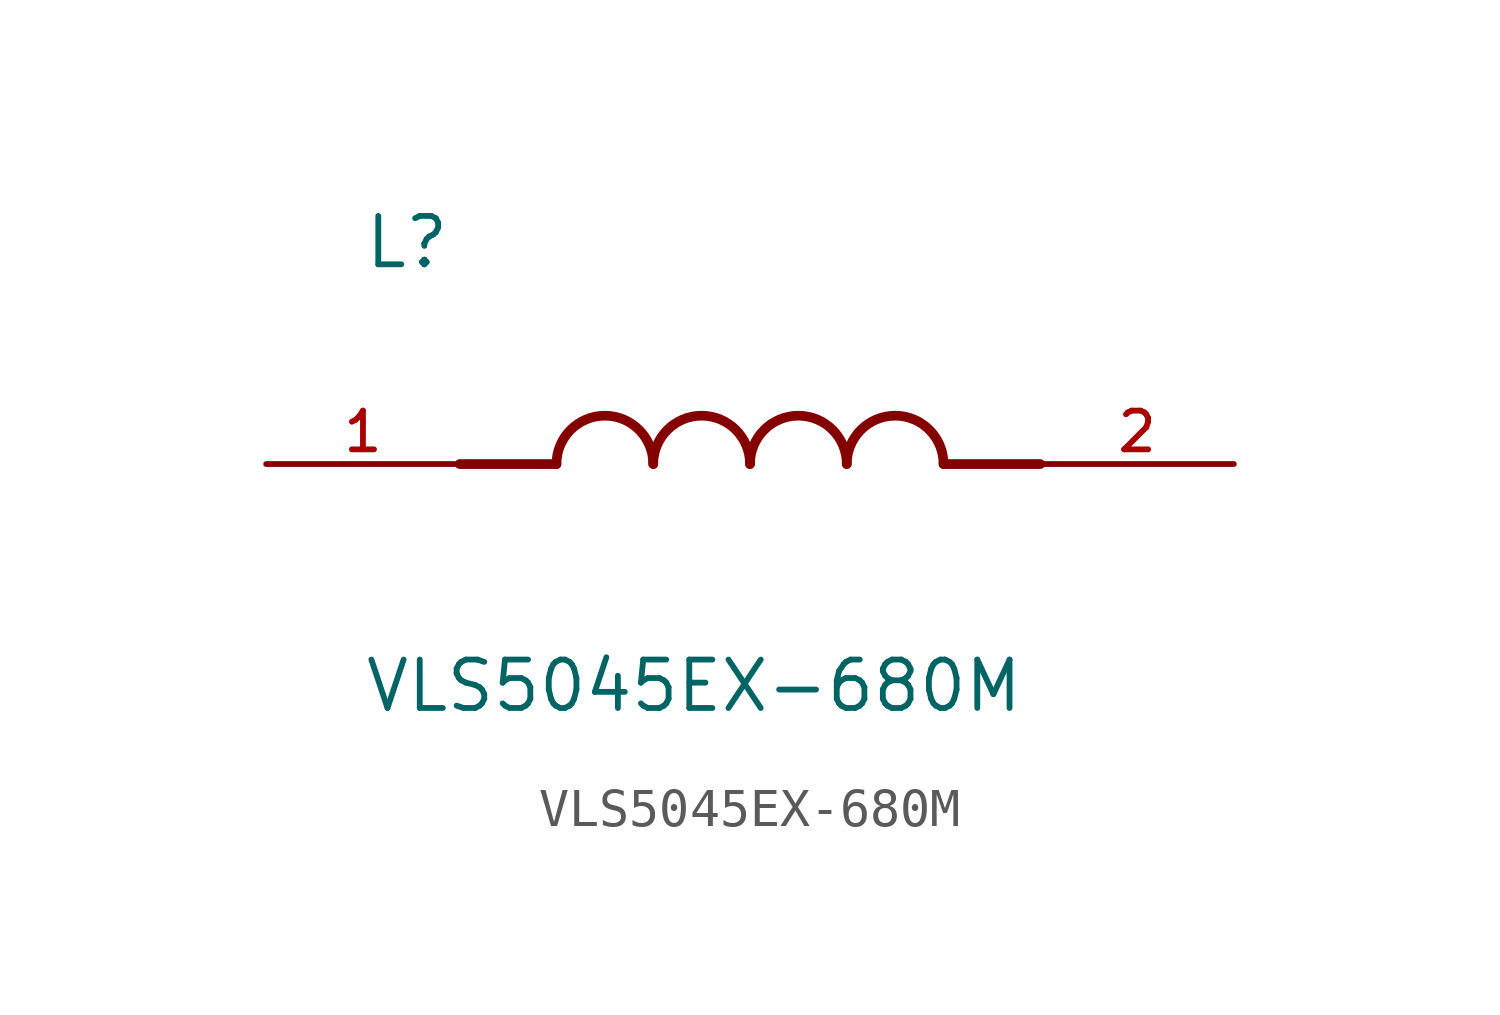
<source format=kicad_sym>
(kicad_symbol_lib
  (version 20211014)
  (generator kicad_symbol_editor)
  (symbol "VLS5045EX-680M"
    (pin_names
      (offset 1.016))
    (property "Reference" "L"
      (at -10.16 5.08 0)
      (effects (font (size 1.27 1.27)) (justify bottom left)))
    (property "Value" "VLS5045EX-680M"
      (at -10.16 -5.08 0)
      (effects (font (size 1.27 1.27)) (justify top left)))
    (symbol "VLS5045EX-680M_0_0"
      (polyline (pts (xy -5.08 0.0) (xy -7.62 0.0)) (stroke (width 0.254)))
      (polyline (pts (xy 5.08 0.0) (xy 7.62 0.0)) (stroke (width 0.254)))
      (arc (start -2.54 0.0) (mid -3.81 1.27) (end -5.08 0.0) (stroke (width 0.254) (type default) (color 0 0 0 0)) (fill (type none)))
      (arc (start 0.0 0.0) (mid -1.27 1.27) (end -2.54 0.0) (stroke (width 0.254) (type default) (color 0 0 0 0)) (fill (type none)))
      (arc (start 2.54 0.0) (mid 1.27 1.27) (end 0.0 0.0) (stroke (width 0.254) (type default) (color 0 0 0 0)) (fill (type none)))
      (arc (start 5.08 0.0) (mid 3.81 1.27) (end 2.54 0.0) (stroke (width 0.254) (type default) (color 0 0 0 0)) (fill (type none)))
      (pin passive line (at -12.7 0.0 0) (length 5.08) (name "~" (effects (font (size 1.016 1.016)))) (number "1" (effects (font (size 1.016 1.016)))))
      (pin passive line (at 12.7 0.0 180.0) (length 5.08) (name "~" (effects (font (size 1.016 1.016)))) (number "2" (effects (font (size 1.016 1.016))))))))
</source>
